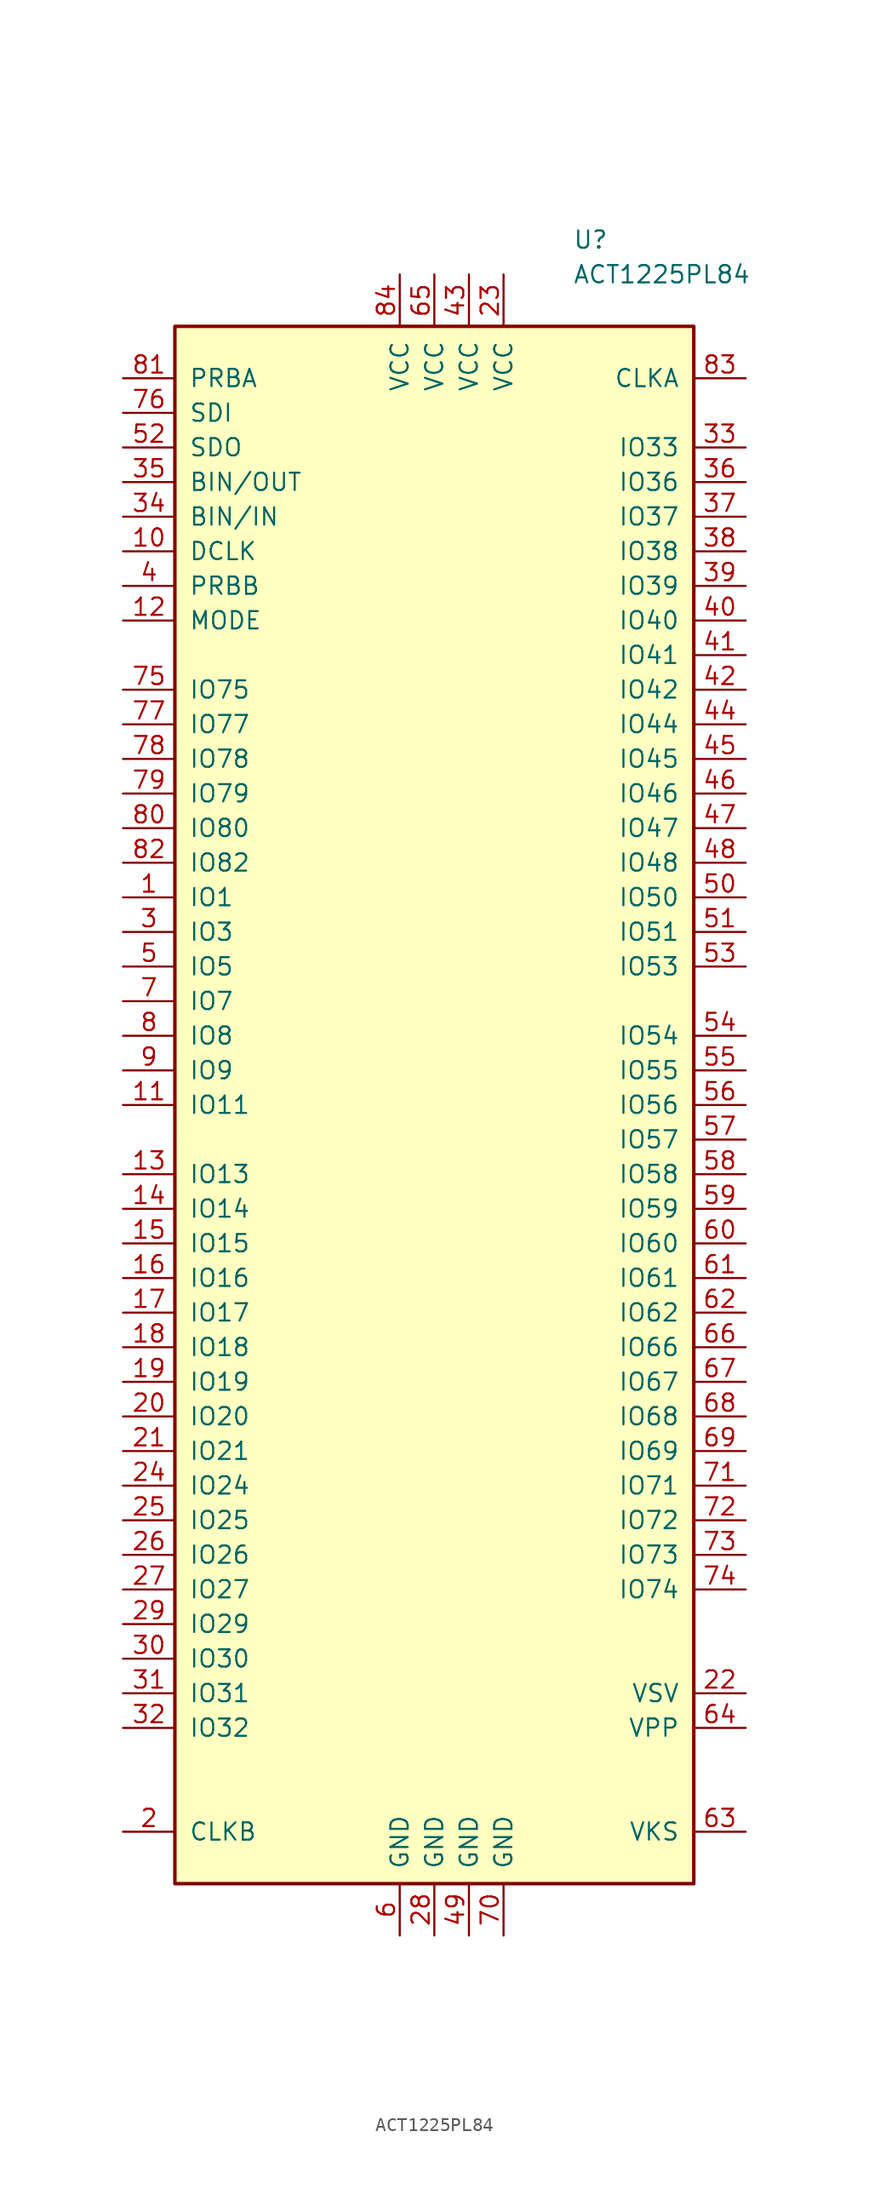
<source format=kicad_sym>
(kicad_symbol_lib
  (version 20201005)
  (generator kicad_symbol_editor)
  (symbol "ACT1225PL84"
    (pin_names
      (offset 1.016))
    (property "Reference" "U"
      (at 10.16 63.5 0)
      (effects (font (size 1.27 1.27)) (justify left)))
    (property "Value" "ACT1225PL84"
      (at 10.16 60.96 0)
      (effects (font (size 1.27 1.27)) (justify left)))
    (symbol "ACT1225PL84_0_1"
      (rectangle (start -19.05 -57.15) (end 19.05 57.15) (stroke (width 0.254)) (fill (type background))))
    (symbol "ACT1225PL84_1_1"
      (pin input line (at -22.86 15.24 0) (length 3.81) (name "IO1" (effects (font (size 1.27 1.27)))) (number "1" (effects (font (size 1.27 1.27)))))
      (pin input line (at -22.86 40.64 0) (length 3.81) (name "DCLK" (effects (font (size 1.27 1.27)))) (number "10" (effects (font (size 1.27 1.27)))))
      (pin input line (at -22.86 0 0) (length 3.81) (name "IO11" (effects (font (size 1.27 1.27)))) (number "11" (effects (font (size 1.27 1.27)))))
      (pin input line (at -22.86 35.56 0) (length 3.81) (name "MODE" (effects (font (size 1.27 1.27)))) (number "12" (effects (font (size 1.27 1.27)))))
      (pin input line (at -22.86 -5.08 0) (length 3.81) (name "IO13" (effects (font (size 1.27 1.27)))) (number "13" (effects (font (size 1.27 1.27)))))
      (pin input line (at -22.86 -7.62 0) (length 3.81) (name "IO14" (effects (font (size 1.27 1.27)))) (number "14" (effects (font (size 1.27 1.27)))))
      (pin input line (at -22.86 -10.16 0) (length 3.81) (name "IO15" (effects (font (size 1.27 1.27)))) (number "15" (effects (font (size 1.27 1.27)))))
      (pin input line (at -22.86 -12.7 0) (length 3.81) (name "IO16" (effects (font (size 1.27 1.27)))) (number "16" (effects (font (size 1.27 1.27)))))
      (pin input line (at -22.86 -15.24 0) (length 3.81) (name "IO17" (effects (font (size 1.27 1.27)))) (number "17" (effects (font (size 1.27 1.27)))))
      (pin input line (at -22.86 -17.78 0) (length 3.81) (name "IO18" (effects (font (size 1.27 1.27)))) (number "18" (effects (font (size 1.27 1.27)))))
      (pin input line (at -22.86 -20.32 0) (length 3.81) (name "IO19" (effects (font (size 1.27 1.27)))) (number "19" (effects (font (size 1.27 1.27)))))
      (pin input line (at -22.86 -53.34 0) (length 3.81) (name "CLKB" (effects (font (size 1.27 1.27)))) (number "2" (effects (font (size 1.27 1.27)))))
      (pin input line (at -22.86 -22.86 0) (length 3.81) (name "IO20" (effects (font (size 1.27 1.27)))) (number "20" (effects (font (size 1.27 1.27)))))
      (pin input line (at -22.86 -25.4 0) (length 3.81) (name "IO21" (effects (font (size 1.27 1.27)))) (number "21" (effects (font (size 1.27 1.27)))))
      (pin passive line (at 22.86 -43.18 180) (length 3.81) (name "VSV" (effects (font (size 1.27 1.27)))) (number "22" (effects (font (size 1.27 1.27)))))
      (pin power_in line (at 5.08 60.96 270) (length 3.81) (name "VCC" (effects (font (size 1.27 1.27)))) (number "23" (effects (font (size 1.27 1.27)))))
      (pin input line (at -22.86 -27.94 0) (length 3.81) (name "IO24" (effects (font (size 1.27 1.27)))) (number "24" (effects (font (size 1.27 1.27)))))
      (pin input line (at -22.86 -30.48 0) (length 3.81) (name "IO25" (effects (font (size 1.27 1.27)))) (number "25" (effects (font (size 1.27 1.27)))))
      (pin input line (at -22.86 -33.02 0) (length 3.81) (name "IO26" (effects (font (size 1.27 1.27)))) (number "26" (effects (font (size 1.27 1.27)))))
      (pin input line (at -22.86 -35.56 0) (length 3.81) (name "IO27" (effects (font (size 1.27 1.27)))) (number "27" (effects (font (size 1.27 1.27)))))
      (pin power_in line (at 0 -60.96 90) (length 3.81) (name "GND" (effects (font (size 1.27 1.27)))) (number "28" (effects (font (size 1.27 1.27)))))
      (pin input line (at -22.86 -38.1 0) (length 3.81) (name "IO29" (effects (font (size 1.27 1.27)))) (number "29" (effects (font (size 1.27 1.27)))))
      (pin input line (at -22.86 12.7 0) (length 3.81) (name "IO3" (effects (font (size 1.27 1.27)))) (number "3" (effects (font (size 1.27 1.27)))))
      (pin input line (at -22.86 -40.64 0) (length 3.81) (name "IO30" (effects (font (size 1.27 1.27)))) (number "30" (effects (font (size 1.27 1.27)))))
      (pin input line (at -22.86 -43.18 0) (length 3.81) (name "IO31" (effects (font (size 1.27 1.27)))) (number "31" (effects (font (size 1.27 1.27)))))
      (pin input line (at -22.86 -45.72 0) (length 3.81) (name "IO32" (effects (font (size 1.27 1.27)))) (number "32" (effects (font (size 1.27 1.27)))))
      (pin input line (at 22.86 48.26 180) (length 3.81) (name "IO33" (effects (font (size 1.27 1.27)))) (number "33" (effects (font (size 1.27 1.27)))))
      (pin input line (at -22.86 43.18 0) (length 3.81) (name "BIN/IN" (effects (font (size 1.27 1.27)))) (number "34" (effects (font (size 1.27 1.27)))))
      (pin input line (at -22.86 45.72 0) (length 3.81) (name "BIN/OUT" (effects (font (size 1.27 1.27)))) (number "35" (effects (font (size 1.27 1.27)))))
      (pin input line (at 22.86 45.72 180) (length 3.81) (name "IO36" (effects (font (size 1.27 1.27)))) (number "36" (effects (font (size 1.27 1.27)))))
      (pin input line (at 22.86 43.18 180) (length 3.81) (name "IO37" (effects (font (size 1.27 1.27)))) (number "37" (effects (font (size 1.27 1.27)))))
      (pin input line (at 22.86 40.64 180) (length 3.81) (name "IO38" (effects (font (size 1.27 1.27)))) (number "38" (effects (font (size 1.27 1.27)))))
      (pin input line (at 22.86 38.1 180) (length 3.81) (name "IO39" (effects (font (size 1.27 1.27)))) (number "39" (effects (font (size 1.27 1.27)))))
      (pin input line (at -22.86 38.1 0) (length 3.81) (name "PRBB" (effects (font (size 1.27 1.27)))) (number "4" (effects (font (size 1.27 1.27)))))
      (pin input line (at 22.86 35.56 180) (length 3.81) (name "IO40" (effects (font (size 1.27 1.27)))) (number "40" (effects (font (size 1.27 1.27)))))
      (pin input line (at 22.86 33.02 180) (length 3.81) (name "IO41" (effects (font (size 1.27 1.27)))) (number "41" (effects (font (size 1.27 1.27)))))
      (pin input line (at 22.86 30.48 180) (length 3.81) (name "IO42" (effects (font (size 1.27 1.27)))) (number "42" (effects (font (size 1.27 1.27)))))
      (pin power_in line (at 2.54 60.96 270) (length 3.81) (name "VCC" (effects (font (size 1.27 1.27)))) (number "43" (effects (font (size 1.27 1.27)))))
      (pin input line (at 22.86 27.94 180) (length 3.81) (name "IO44" (effects (font (size 1.27 1.27)))) (number "44" (effects (font (size 1.27 1.27)))))
      (pin input line (at 22.86 25.4 180) (length 3.81) (name "IO45" (effects (font (size 1.27 1.27)))) (number "45" (effects (font (size 1.27 1.27)))))
      (pin input line (at 22.86 22.86 180) (length 3.81) (name "IO46" (effects (font (size 1.27 1.27)))) (number "46" (effects (font (size 1.27 1.27)))))
      (pin input line (at 22.86 20.32 180) (length 3.81) (name "IO47" (effects (font (size 1.27 1.27)))) (number "47" (effects (font (size 1.27 1.27)))))
      (pin input line (at 22.86 17.78 180) (length 3.81) (name "IO48" (effects (font (size 1.27 1.27)))) (number "48" (effects (font (size 1.27 1.27)))))
      (pin power_in line (at 2.54 -60.96 90) (length 3.81) (name "GND" (effects (font (size 1.27 1.27)))) (number "49" (effects (font (size 1.27 1.27)))))
      (pin input line (at -22.86 10.16 0) (length 3.81) (name "IO5" (effects (font (size 1.27 1.27)))) (number "5" (effects (font (size 1.27 1.27)))))
      (pin input line (at 22.86 15.24 180) (length 3.81) (name "IO50" (effects (font (size 1.27 1.27)))) (number "50" (effects (font (size 1.27 1.27)))))
      (pin input line (at 22.86 12.7 180) (length 3.81) (name "IO51" (effects (font (size 1.27 1.27)))) (number "51" (effects (font (size 1.27 1.27)))))
      (pin input line (at -22.86 48.26 0) (length 3.81) (name "SDO" (effects (font (size 1.27 1.27)))) (number "52" (effects (font (size 1.27 1.27)))))
      (pin input line (at 22.86 10.16 180) (length 3.81) (name "IO53" (effects (font (size 1.27 1.27)))) (number "53" (effects (font (size 1.27 1.27)))))
      (pin input line (at 22.86 5.08 180) (length 3.81) (name "IO54" (effects (font (size 1.27 1.27)))) (number "54" (effects (font (size 1.27 1.27)))))
      (pin input line (at 22.86 2.54 180) (length 3.81) (name "IO55" (effects (font (size 1.27 1.27)))) (number "55" (effects (font (size 1.27 1.27)))))
      (pin input line (at 22.86 0 180) (length 3.81) (name "IO56" (effects (font (size 1.27 1.27)))) (number "56" (effects (font (size 1.27 1.27)))))
      (pin input line (at 22.86 -2.54 180) (length 3.81) (name "IO57" (effects (font (size 1.27 1.27)))) (number "57" (effects (font (size 1.27 1.27)))))
      (pin input line (at 22.86 -5.08 180) (length 3.81) (name "IO58" (effects (font (size 1.27 1.27)))) (number "58" (effects (font (size 1.27 1.27)))))
      (pin input line (at 22.86 -7.62 180) (length 3.81) (name "IO59" (effects (font (size 1.27 1.27)))) (number "59" (effects (font (size 1.27 1.27)))))
      (pin power_in line (at -2.54 -60.96 90) (length 3.81) (name "GND" (effects (font (size 1.27 1.27)))) (number "6" (effects (font (size 1.27 1.27)))))
      (pin input line (at 22.86 -10.16 180) (length 3.81) (name "IO60" (effects (font (size 1.27 1.27)))) (number "60" (effects (font (size 1.27 1.27)))))
      (pin input line (at 22.86 -12.7 180) (length 3.81) (name "IO61" (effects (font (size 1.27 1.27)))) (number "61" (effects (font (size 1.27 1.27)))))
      (pin input line (at 22.86 -15.24 180) (length 3.81) (name "IO62" (effects (font (size 1.27 1.27)))) (number "62" (effects (font (size 1.27 1.27)))))
      (pin passive line (at 22.86 -53.34 180) (length 3.81) (name "VKS" (effects (font (size 1.27 1.27)))) (number "63" (effects (font (size 1.27 1.27)))))
      (pin passive line (at 22.86 -45.72 180) (length 3.81) (name "VPP" (effects (font (size 1.27 1.27)))) (number "64" (effects (font (size 1.27 1.27)))))
      (pin power_in line (at 0 60.96 270) (length 3.81) (name "VCC" (effects (font (size 1.27 1.27)))) (number "65" (effects (font (size 1.27 1.27)))))
      (pin input line (at 22.86 -17.78 180) (length 3.81) (name "IO66" (effects (font (size 1.27 1.27)))) (number "66" (effects (font (size 1.27 1.27)))))
      (pin input line (at 22.86 -20.32 180) (length 3.81) (name "IO67" (effects (font (size 1.27 1.27)))) (number "67" (effects (font (size 1.27 1.27)))))
      (pin input line (at 22.86 -22.86 180) (length 3.81) (name "IO68" (effects (font (size 1.27 1.27)))) (number "68" (effects (font (size 1.27 1.27)))))
      (pin input line (at 22.86 -25.4 180) (length 3.81) (name "IO69" (effects (font (size 1.27 1.27)))) (number "69" (effects (font (size 1.27 1.27)))))
      (pin input line (at -22.86 7.62 0) (length 3.81) (name "IO7" (effects (font (size 1.27 1.27)))) (number "7" (effects (font (size 1.27 1.27)))))
      (pin power_in line (at 5.08 -60.96 90) (length 3.81) (name "GND" (effects (font (size 1.27 1.27)))) (number "70" (effects (font (size 1.27 1.27)))))
      (pin input line (at 22.86 -27.94 180) (length 3.81) (name "IO71" (effects (font (size 1.27 1.27)))) (number "71" (effects (font (size 1.27 1.27)))))
      (pin input line (at 22.86 -30.48 180) (length 3.81) (name "IO72" (effects (font (size 1.27 1.27)))) (number "72" (effects (font (size 1.27 1.27)))))
      (pin input line (at 22.86 -33.02 180) (length 3.81) (name "IO73" (effects (font (size 1.27 1.27)))) (number "73" (effects (font (size 1.27 1.27)))))
      (pin input line (at 22.86 -35.56 180) (length 3.81) (name "IO74" (effects (font (size 1.27 1.27)))) (number "74" (effects (font (size 1.27 1.27)))))
      (pin input line (at -22.86 30.48 0) (length 3.81) (name "IO75" (effects (font (size 1.27 1.27)))) (number "75" (effects (font (size 1.27 1.27)))))
      (pin input line (at -22.86 50.8 0) (length 3.81) (name "SDI" (effects (font (size 1.27 1.27)))) (number "76" (effects (font (size 1.27 1.27)))))
      (pin input line (at -22.86 27.94 0) (length 3.81) (name "IO77" (effects (font (size 1.27 1.27)))) (number "77" (effects (font (size 1.27 1.27)))))
      (pin input line (at -22.86 25.4 0) (length 3.81) (name "IO78" (effects (font (size 1.27 1.27)))) (number "78" (effects (font (size 1.27 1.27)))))
      (pin input line (at -22.86 22.86 0) (length 3.81) (name "IO79" (effects (font (size 1.27 1.27)))) (number "79" (effects (font (size 1.27 1.27)))))
      (pin input line (at -22.86 5.08 0) (length 3.81) (name "IO8" (effects (font (size 1.27 1.27)))) (number "8" (effects (font (size 1.27 1.27)))))
      (pin input line (at -22.86 20.32 0) (length 3.81) (name "IO80" (effects (font (size 1.27 1.27)))) (number "80" (effects (font (size 1.27 1.27)))))
      (pin input line (at -22.86 53.34 0) (length 3.81) (name "PRBA" (effects (font (size 1.27 1.27)))) (number "81" (effects (font (size 1.27 1.27)))))
      (pin input line (at -22.86 17.78 0) (length 3.81) (name "IO82" (effects (font (size 1.27 1.27)))) (number "82" (effects (font (size 1.27 1.27)))))
      (pin input line (at 22.86 53.34 180) (length 3.81) (name "CLKA" (effects (font (size 1.27 1.27)))) (number "83" (effects (font (size 1.27 1.27)))))
      (pin power_in line (at -2.54 60.96 270) (length 3.81) (name "VCC" (effects (font (size 1.27 1.27)))) (number "84" (effects (font (size 1.27 1.27)))))
      (pin input line (at -22.86 2.54 0) (length 3.81) (name "IO9" (effects (font (size 1.27 1.27)))) (number "9" (effects (font (size 1.27 1.27))))))))
</source>
